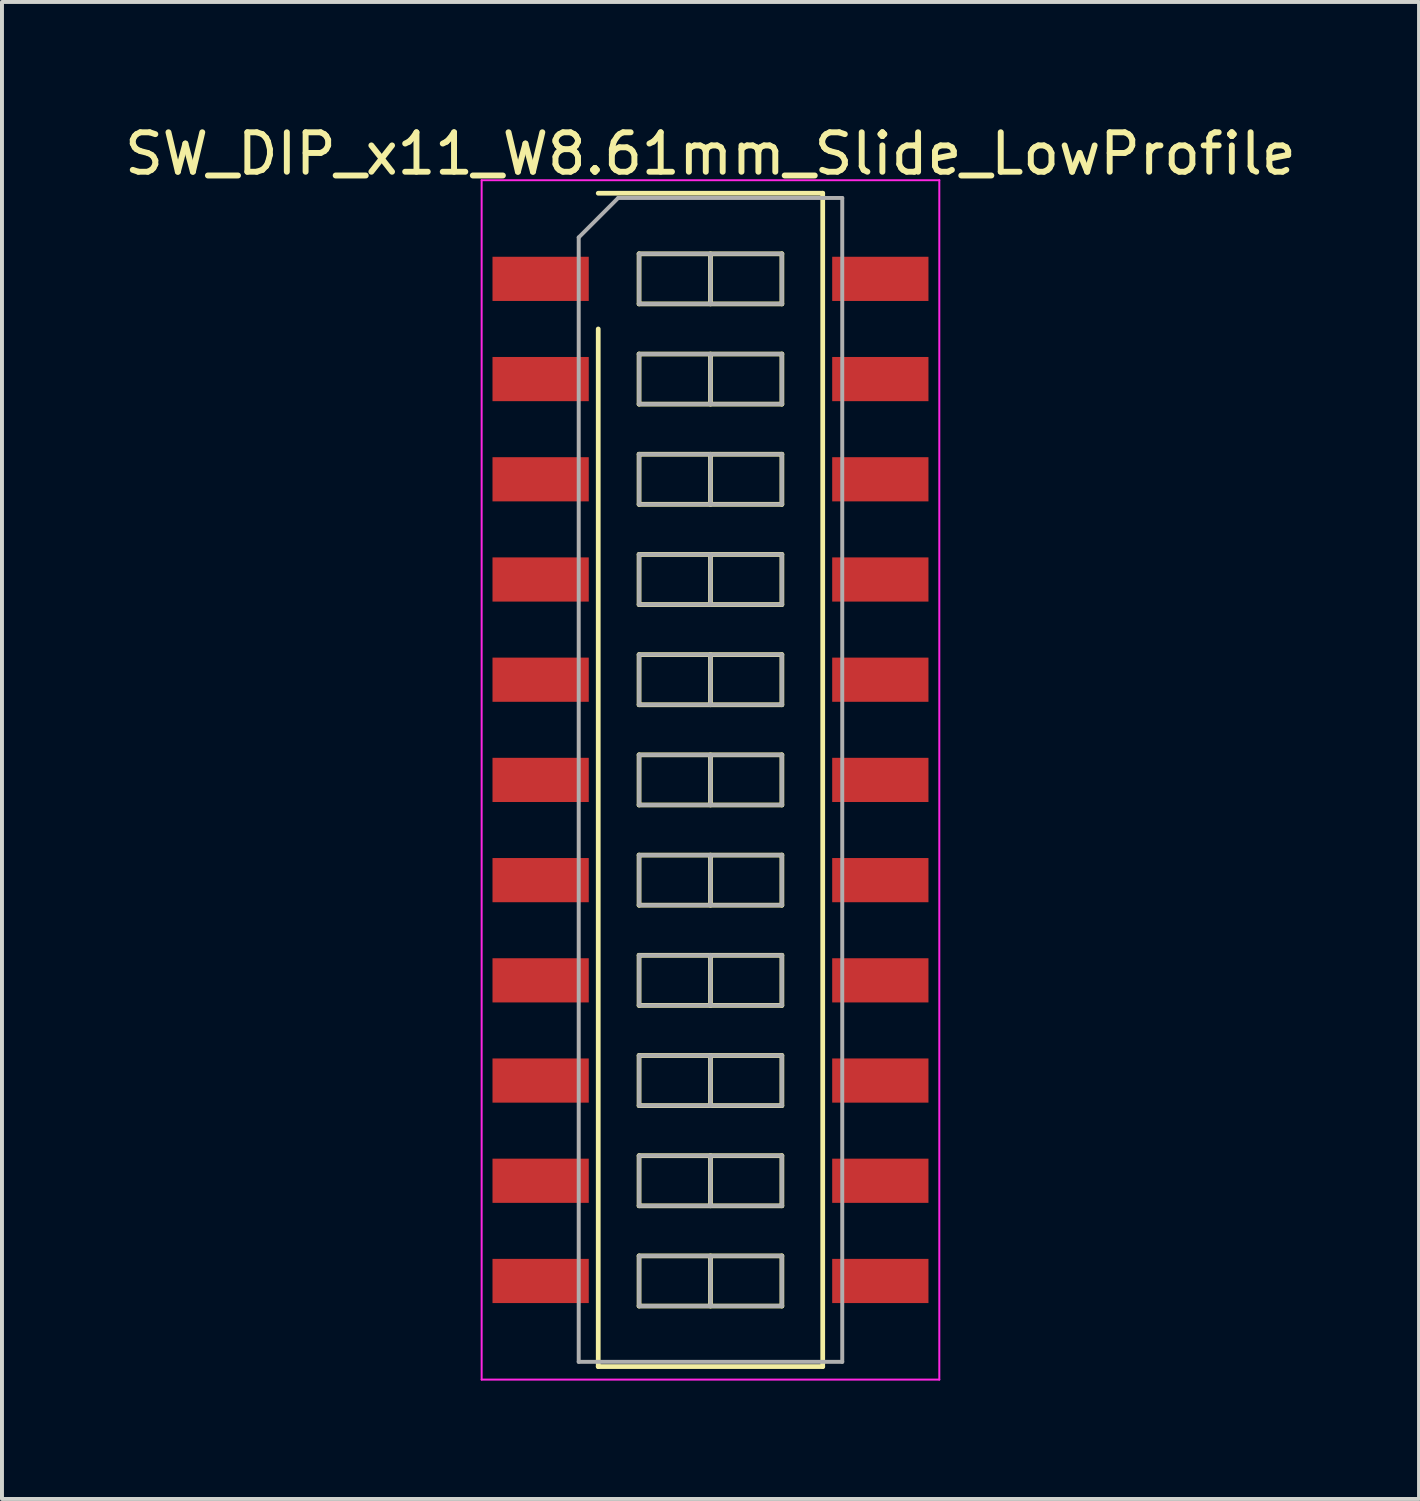
<source format=kicad_pcb>
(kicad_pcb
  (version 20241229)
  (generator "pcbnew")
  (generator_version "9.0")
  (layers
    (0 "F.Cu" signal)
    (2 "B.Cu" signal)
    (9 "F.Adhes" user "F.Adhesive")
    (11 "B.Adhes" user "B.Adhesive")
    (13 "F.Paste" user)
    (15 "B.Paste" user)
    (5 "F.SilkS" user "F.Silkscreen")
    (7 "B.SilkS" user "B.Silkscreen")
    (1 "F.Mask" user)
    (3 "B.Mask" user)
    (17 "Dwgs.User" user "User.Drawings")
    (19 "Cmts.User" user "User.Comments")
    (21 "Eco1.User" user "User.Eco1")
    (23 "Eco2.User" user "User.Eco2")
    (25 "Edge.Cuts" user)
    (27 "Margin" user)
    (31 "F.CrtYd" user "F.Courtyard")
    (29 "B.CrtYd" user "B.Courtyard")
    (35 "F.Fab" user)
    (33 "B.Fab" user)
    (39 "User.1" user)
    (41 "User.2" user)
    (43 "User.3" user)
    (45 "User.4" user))
  (footprint "SW_DIP_x11_W8.61mm_Slide_LowProfile"
    (layer "F.Cu")
    (at 14.958 16.718)
    (property "Reference" "SW_DIP_x11_W8.61mm_Slide_LowProfile" (at 0 -15.87 0) (layer "F.SilkS") (effects (font (size 1 1) (thickness 0.15))))
    (attr smd)
    (fp_line (start -2.845 -14.87) (end 2.845 -14.87) (stroke (width 0.12) (type solid)) (layer "F.SilkS"))
    (fp_line (start -2.845 14.87) (end -2.845 -11.43) (stroke (width 0.12) (type solid)) (layer "F.SilkS"))
    (fp_line (start -1.81 -13.335) (end -1.81 -12.065) (stroke (width 0.12) (type solid)) (layer "F.SilkS"))
    (fp_line (start -1.81 -12.065) (end 1.81 -12.065) (stroke (width 0.12) (type solid)) (layer "F.SilkS"))
    (fp_line (start -1.81 -10.795) (end -1.81 -9.525) (stroke (width 0.12) (type solid)) (layer "F.SilkS"))
    (fp_line (start -1.81 -9.525) (end 1.81 -9.525) (stroke (width 0.12) (type solid)) (layer "F.SilkS"))
    (fp_line (start -1.81 -8.255) (end -1.81 -6.985) (stroke (width 0.12) (type solid)) (layer "F.SilkS"))
    (fp_line (start -1.81 -6.985) (end 1.81 -6.985) (stroke (width 0.12) (type solid)) (layer "F.SilkS"))
    (fp_line (start -1.81 -5.715) (end -1.81 -4.445) (stroke (width 0.12) (type solid)) (layer "F.SilkS"))
    (fp_line (start -1.81 -4.445) (end 1.81 -4.445) (stroke (width 0.12) (type solid)) (layer "F.SilkS"))
    (fp_line (start -1.81 -3.175) (end -1.81 -1.905) (stroke (width 0.12) (type solid)) (layer "F.SilkS"))
    (fp_line (start -1.81 -1.905) (end 1.81 -1.905) (stroke (width 0.12) (type solid)) (layer "F.SilkS"))
    (fp_line (start -1.81 -0.635) (end -1.81 0.635) (stroke (width 0.12) (type solid)) (layer "F.SilkS"))
    (fp_line (start -1.81 0.635) (end 1.81 0.635) (stroke (width 0.12) (type solid)) (layer "F.SilkS"))
    (fp_line (start -1.81 1.905) (end -1.81 3.175) (stroke (width 0.12) (type solid)) (layer "F.SilkS"))
    (fp_line (start -1.81 3.175) (end 1.81 3.175) (stroke (width 0.12) (type solid)) (layer "F.SilkS"))
    (fp_line (start -1.81 4.445) (end -1.81 5.715) (stroke (width 0.12) (type solid)) (layer "F.SilkS"))
    (fp_line (start -1.81 5.715) (end 1.81 5.715) (stroke (width 0.12) (type solid)) (layer "F.SilkS"))
    (fp_line (start -1.81 6.985) (end -1.81 8.255) (stroke (width 0.12) (type solid)) (layer "F.SilkS"))
    (fp_line (start -1.81 8.255) (end 1.81 8.255) (stroke (width 0.12) (type solid)) (layer "F.SilkS"))
    (fp_line (start -1.81 9.525) (end -1.81 10.795) (stroke (width 0.12) (type solid)) (layer "F.SilkS"))
    (fp_line (start -1.81 10.795) (end 1.81 10.795) (stroke (width 0.12) (type solid)) (layer "F.SilkS"))
    (fp_line (start -1.81 12.065) (end -1.81 13.335) (stroke (width 0.12) (type solid)) (layer "F.SilkS"))
    (fp_line (start -1.81 13.335) (end 1.81 13.335) (stroke (width 0.12) (type solid)) (layer "F.SilkS"))
    (fp_line (start 0 -13.335) (end 0 -12.065) (stroke (width 0.12) (type solid)) (layer "F.SilkS"))
    (fp_line (start 0 -10.795) (end 0 -9.525) (stroke (width 0.12) (type solid)) (layer "F.SilkS"))
    (fp_line (start 0 -8.255) (end 0 -6.985) (stroke (width 0.12) (type solid)) (layer "F.SilkS"))
    (fp_line (start 0 -5.715) (end 0 -4.445) (stroke (width 0.12) (type solid)) (layer "F.SilkS"))
    (fp_line (start 0 -3.175) (end 0 -1.905) (stroke (width 0.12) (type solid)) (layer "F.SilkS"))
    (fp_line (start 0 -0.635) (end 0 0.635) (stroke (width 0.12) (type solid)) (layer "F.SilkS"))
    (fp_line (start 0 1.905) (end 0 3.175) (stroke (width 0.12) (type solid)) (layer "F.SilkS"))
    (fp_line (start 0 4.445) (end 0 5.715) (stroke (width 0.12) (type solid)) (layer "F.SilkS"))
    (fp_line (start 0 6.985) (end 0 8.255) (stroke (width 0.12) (type solid)) (layer "F.SilkS"))
    (fp_line (start 0 9.525) (end 0 10.795) (stroke (width 0.12) (type solid)) (layer "F.SilkS"))
    (fp_line (start 0 12.065) (end 0 13.335) (stroke (width 0.12) (type solid)) (layer "F.SilkS"))
    (fp_line (start 1.81 -13.335) (end -1.81 -13.335) (stroke (width 0.12) (type solid)) (layer "F.SilkS"))
    (fp_line (start 1.81 -12.065) (end 1.81 -13.335) (stroke (width 0.12) (type solid)) (layer "F.SilkS"))
    (fp_line (start 1.81 -10.795) (end -1.81 -10.795) (stroke (width 0.12) (type solid)) (layer "F.SilkS"))
    (fp_line (start 1.81 -9.525) (end 1.81 -10.795) (stroke (width 0.12) (type solid)) (layer "F.SilkS"))
    (fp_line (start 1.81 -8.255) (end -1.81 -8.255) (stroke (width 0.12) (type solid)) (layer "F.SilkS"))
    (fp_line (start 1.81 -6.985) (end 1.81 -8.255) (stroke (width 0.12) (type solid)) (layer "F.SilkS"))
    (fp_line (start 1.81 -5.715) (end -1.81 -5.715) (stroke (width 0.12) (type solid)) (layer "F.SilkS"))
    (fp_line (start 1.81 -4.445) (end 1.81 -5.715) (stroke (width 0.12) (type solid)) (layer "F.SilkS"))
    (fp_line (start 1.81 -3.175) (end -1.81 -3.175) (stroke (width 0.12) (type solid)) (layer "F.SilkS"))
    (fp_line (start 1.81 -1.905) (end 1.81 -3.175) (stroke (width 0.12) (type solid)) (layer "F.SilkS"))
    (fp_line (start 1.81 -0.635) (end -1.81 -0.635) (stroke (width 0.12) (type solid)) (layer "F.SilkS"))
    (fp_line (start 1.81 0.635) (end 1.81 -0.635) (stroke (width 0.12) (type solid)) (layer "F.SilkS"))
    (fp_line (start 1.81 1.905) (end -1.81 1.905) (stroke (width 0.12) (type solid)) (layer "F.SilkS"))
    (fp_line (start 1.81 3.175) (end 1.81 1.905) (stroke (width 0.12) (type solid)) (layer "F.SilkS"))
    (fp_line (start 1.81 4.445) (end -1.81 4.445) (stroke (width 0.12) (type solid)) (layer "F.SilkS"))
    (fp_line (start 1.81 5.715) (end 1.81 4.445) (stroke (width 0.12) (type solid)) (layer "F.SilkS"))
    (fp_line (start 1.81 6.985) (end -1.81 6.985) (stroke (width 0.12) (type solid)) (layer "F.SilkS"))
    (fp_line (start 1.81 8.255) (end 1.81 6.985) (stroke (width 0.12) (type solid)) (layer "F.SilkS"))
    (fp_line (start 1.81 9.525) (end -1.81 9.525) (stroke (width 0.12) (type solid)) (layer "F.SilkS"))
    (fp_line (start 1.81 10.795) (end 1.81 9.525) (stroke (width 0.12) (type solid)) (layer "F.SilkS"))
    (fp_line (start 1.81 12.065) (end -1.81 12.065) (stroke (width 0.12) (type solid)) (layer "F.SilkS"))
    (fp_line (start 1.81 13.335) (end 1.81 12.065) (stroke (width 0.12) (type solid)) (layer "F.SilkS"))
    (fp_line (start 2.845 -14.87) (end 2.845 14.87) (stroke (width 0.12) (type solid)) (layer "F.SilkS"))
    (fp_line (start 2.845 14.87) (end -2.845 14.87) (stroke (width 0.12) (type solid)) (layer "F.SilkS"))
    (fp_line (start -5.8 -15.2) (end -5.8 15.2) (stroke (width 0.05) (type solid)) (layer "F.CrtYd"))
    (fp_line (start -5.8 15.2) (end 5.8 15.2) (stroke (width 0.05) (type solid)) (layer "F.CrtYd"))
    (fp_line (start 5.8 -15.2) (end -5.8 -15.2) (stroke (width 0.05) (type solid)) (layer "F.CrtYd"))
    (fp_line (start 5.8 15.2) (end 5.8 -15.2) (stroke (width 0.05) (type solid)) (layer "F.CrtYd"))
    (fp_line (start -3.34 -13.75) (end -2.34 -14.75) (stroke (width 0.1) (type solid)) (layer "F.Fab"))
    (fp_line (start -3.34 14.75) (end -3.34 -13.75) (stroke (width 0.1) (type solid)) (layer "F.Fab"))
    (fp_line (start -2.34 -14.75) (end 3.34 -14.75) (stroke (width 0.1) (type solid)) (layer "F.Fab"))
    (fp_line (start -1.81 -13.335) (end -1.81 -12.065) (stroke (width 0.1) (type solid)) (layer "F.Fab"))
    (fp_line (start -1.81 -12.065) (end 1.81 -12.065) (stroke (width 0.1) (type solid)) (layer "F.Fab"))
    (fp_line (start -1.81 -10.795) (end -1.81 -9.525) (stroke (width 0.1) (type solid)) (layer "F.Fab"))
    (fp_line (start -1.81 -9.525) (end 1.81 -9.525) (stroke (width 0.1) (type solid)) (layer "F.Fab"))
    (fp_line (start -1.81 -8.255) (end -1.81 -6.985) (stroke (width 0.1) (type solid)) (layer "F.Fab"))
    (fp_line (start -1.81 -6.985) (end 1.81 -6.985) (stroke (width 0.1) (type solid)) (layer "F.Fab"))
    (fp_line (start -1.81 -5.715) (end -1.81 -4.445) (stroke (width 0.1) (type solid)) (layer "F.Fab"))
    (fp_line (start -1.81 -4.445) (end 1.81 -4.445) (stroke (width 0.1) (type solid)) (layer "F.Fab"))
    (fp_line (start -1.81 -3.175) (end -1.81 -1.905) (stroke (width 0.1) (type solid)) (layer "F.Fab"))
    (fp_line (start -1.81 -1.905) (end 1.81 -1.905) (stroke (width 0.1) (type solid)) (layer "F.Fab"))
    (fp_line (start -1.81 -0.635) (end -1.81 0.635) (stroke (width 0.1) (type solid)) (layer "F.Fab"))
    (fp_line (start -1.81 0.635) (end 1.81 0.635) (stroke (width 0.1) (type solid)) (layer "F.Fab"))
    (fp_line (start -1.81 1.905) (end -1.81 3.175) (stroke (width 0.1) (type solid)) (layer "F.Fab"))
    (fp_line (start -1.81 3.175) (end 1.81 3.175) (stroke (width 0.1) (type solid)) (layer "F.Fab"))
    (fp_line (start -1.81 4.445) (end -1.81 5.715) (stroke (width 0.1) (type solid)) (layer "F.Fab"))
    (fp_line (start -1.81 5.715) (end 1.81 5.715) (stroke (width 0.1) (type solid)) (layer "F.Fab"))
    (fp_line (start -1.81 6.985) (end -1.81 8.255) (stroke (width 0.1) (type solid)) (layer "F.Fab"))
    (fp_line (start -1.81 8.255) (end 1.81 8.255) (stroke (width 0.1) (type solid)) (layer "F.Fab"))
    (fp_line (start -1.81 9.525) (end -1.81 10.795) (stroke (width 0.1) (type solid)) (layer "F.Fab"))
    (fp_line (start -1.81 10.795) (end 1.81 10.795) (stroke (width 0.1) (type solid)) (layer "F.Fab"))
    (fp_line (start -1.81 12.065) (end -1.81 13.335) (stroke (width 0.1) (type solid)) (layer "F.Fab"))
    (fp_line (start -1.81 13.335) (end 1.81 13.335) (stroke (width 0.1) (type solid)) (layer "F.Fab"))
    (fp_line (start 0 -13.335) (end 0 -12.065) (stroke (width 0.1) (type solid)) (layer "F.Fab"))
    (fp_line (start 0 -10.795) (end 0 -9.525) (stroke (width 0.1) (type solid)) (layer "F.Fab"))
    (fp_line (start 0 -8.255) (end 0 -6.985) (stroke (width 0.1) (type solid)) (layer "F.Fab"))
    (fp_line (start 0 -5.715) (end 0 -4.445) (stroke (width 0.1) (type solid)) (layer "F.Fab"))
    (fp_line (start 0 -3.175) (end 0 -1.905) (stroke (width 0.1) (type solid)) (layer "F.Fab"))
    (fp_line (start 0 -0.635) (end 0 0.635) (stroke (width 0.1) (type solid)) (layer "F.Fab"))
    (fp_line (start 0 1.905) (end 0 3.175) (stroke (width 0.1) (type solid)) (layer "F.Fab"))
    (fp_line (start 0 4.445) (end 0 5.715) (stroke (width 0.1) (type solid)) (layer "F.Fab"))
    (fp_line (start 0 6.985) (end 0 8.255) (stroke (width 0.1) (type solid)) (layer "F.Fab"))
    (fp_line (start 0 9.525) (end 0 10.795) (stroke (width 0.1) (type solid)) (layer "F.Fab"))
    (fp_line (start 0 12.065) (end 0 13.335) (stroke (width 0.1) (type solid)) (layer "F.Fab"))
    (fp_line (start 1.81 -13.335) (end -1.81 -13.335) (stroke (width 0.1) (type solid)) (layer "F.Fab"))
    (fp_line (start 1.81 -12.065) (end 1.81 -13.335) (stroke (width 0.1) (type solid)) (layer "F.Fab"))
    (fp_line (start 1.81 -10.795) (end -1.81 -10.795) (stroke (width 0.1) (type solid)) (layer "F.Fab"))
    (fp_line (start 1.81 -9.525) (end 1.81 -10.795) (stroke (width 0.1) (type solid)) (layer "F.Fab"))
    (fp_line (start 1.81 -8.255) (end -1.81 -8.255) (stroke (width 0.1) (type solid)) (layer "F.Fab"))
    (fp_line (start 1.81 -6.985) (end 1.81 -8.255) (stroke (width 0.1) (type solid)) (layer "F.Fab"))
    (fp_line (start 1.81 -5.715) (end -1.81 -5.715) (stroke (width 0.1) (type solid)) (layer "F.Fab"))
    (fp_line (start 1.81 -4.445) (end 1.81 -5.715) (stroke (width 0.1) (type solid)) (layer "F.Fab"))
    (fp_line (start 1.81 -3.175) (end -1.81 -3.175) (stroke (width 0.1) (type solid)) (layer "F.Fab"))
    (fp_line (start 1.81 -1.905) (end 1.81 -3.175) (stroke (width 0.1) (type solid)) (layer "F.Fab"))
    (fp_line (start 1.81 -0.635) (end -1.81 -0.635) (stroke (width 0.1) (type solid)) (layer "F.Fab"))
    (fp_line (start 1.81 0.635) (end 1.81 -0.635) (stroke (width 0.1) (type solid)) (layer "F.Fab"))
    (fp_line (start 1.81 1.905) (end -1.81 1.905) (stroke (width 0.1) (type solid)) (layer "F.Fab"))
    (fp_line (start 1.81 3.175) (end 1.81 1.905) (stroke (width 0.1) (type solid)) (layer "F.Fab"))
    (fp_line (start 1.81 4.445) (end -1.81 4.445) (stroke (width 0.1) (type solid)) (layer "F.Fab"))
    (fp_line (start 1.81 5.715) (end 1.81 4.445) (stroke (width 0.1) (type solid)) (layer "F.Fab"))
    (fp_line (start 1.81 6.985) (end -1.81 6.985) (stroke (width 0.1) (type solid)) (layer "F.Fab"))
    (fp_line (start 1.81 8.255) (end 1.81 6.985) (stroke (width 0.1) (type solid)) (layer "F.Fab"))
    (fp_line (start 1.81 9.525) (end -1.81 9.525) (stroke (width 0.1) (type solid)) (layer "F.Fab"))
    (fp_line (start 1.81 10.795) (end 1.81 9.525) (stroke (width 0.1) (type solid)) (layer "F.Fab"))
    (fp_line (start 1.81 12.065) (end -1.81 12.065) (stroke (width 0.1) (type solid)) (layer "F.Fab"))
    (fp_line (start 1.81 13.335) (end 1.81 12.065) (stroke (width 0.1) (type solid)) (layer "F.Fab"))
    (fp_line (start 3.34 -14.75) (end 3.34 14.75) (stroke (width 0.1) (type solid)) (layer "F.Fab"))
    (fp_line (start 3.34 14.75) (end -3.34 14.75) (stroke (width 0.1) (type solid)) (layer "F.Fab"))
    (pad "1" smd rect (at -4.305 -12.7) (size 2.44 1.12) (layers "F.Cu" "F.Mask" "F.Paste"))
    (pad "2" smd rect (at -4.305 -10.16) (size 2.44 1.12) (layers "F.Cu" "F.Mask" "F.Paste"))
    (pad "3" smd rect (at -4.305 -7.62) (size 2.44 1.12) (layers "F.Cu" "F.Mask" "F.Paste"))
    (pad "4" smd rect (at -4.305 -5.08) (size 2.44 1.12) (layers "F.Cu" "F.Mask" "F.Paste"))
    (pad "5" smd rect (at -4.305 -2.54) (size 2.44 1.12) (layers "F.Cu" "F.Mask" "F.Paste"))
    (pad "6" smd rect (at -4.305 0) (size 2.44 1.12) (layers "F.Cu" "F.Mask" "F.Paste"))
    (pad "7" smd rect (at -4.305 2.54) (size 2.44 1.12) (layers "F.Cu" "F.Mask" "F.Paste"))
    (pad "8" smd rect (at -4.305 5.08) (size 2.44 1.12) (layers "F.Cu" "F.Mask" "F.Paste"))
    (pad "9" smd rect (at -4.305 7.62) (size 2.44 1.12) (layers "F.Cu" "F.Mask" "F.Paste"))
    (pad "10" smd rect (at -4.305 10.16) (size 2.44 1.12) (layers "F.Cu" "F.Mask" "F.Paste"))
    (pad "11" smd rect (at -4.305 12.7) (size 2.44 1.12) (layers "F.Cu" "F.Mask" "F.Paste"))
    (pad "12" smd rect (at 4.305 12.7) (size 2.44 1.12) (layers "F.Cu" "F.Mask" "F.Paste"))
    (pad "13" smd rect (at 4.305 10.16) (size 2.44 1.12) (layers "F.Cu" "F.Mask" "F.Paste"))
    (pad "14" smd rect (at 4.305 7.62) (size 2.44 1.12) (layers "F.Cu" "F.Mask" "F.Paste"))
    (pad "15" smd rect (at 4.305 5.08) (size 2.44 1.12) (layers "F.Cu" "F.Mask" "F.Paste"))
    (pad "16" smd rect (at 4.305 2.54) (size 2.44 1.12) (layers "F.Cu" "F.Mask" "F.Paste"))
    (pad "17" smd rect (at 4.305 0) (size 2.44 1.12) (layers "F.Cu" "F.Mask" "F.Paste"))
    (pad "18" smd rect (at 4.305 -2.54) (size 2.44 1.12) (layers "F.Cu" "F.Mask" "F.Paste"))
    (pad "19" smd rect (at 4.305 -5.08) (size 2.44 1.12) (layers "F.Cu" "F.Mask" "F.Paste"))
    (pad "20" smd rect (at 4.305 -7.62) (size 2.44 1.12) (layers "F.Cu" "F.Mask" "F.Paste"))
    (pad "21" smd rect (at 4.305 -10.16) (size 2.44 1.12) (layers "F.Cu" "F.Mask" "F.Paste"))
    (pad "22" smd rect (at 4.305 -12.7) (size 2.44 1.12) (layers "F.Cu" "F.Mask" "F.Paste")))
  (gr_rect
    (start -3 -3)
    (end 32.917 34.943)
    (stroke (width 0.1) (type default))
    (fill no)
    (layer "Edge.Cuts")))
</source>
